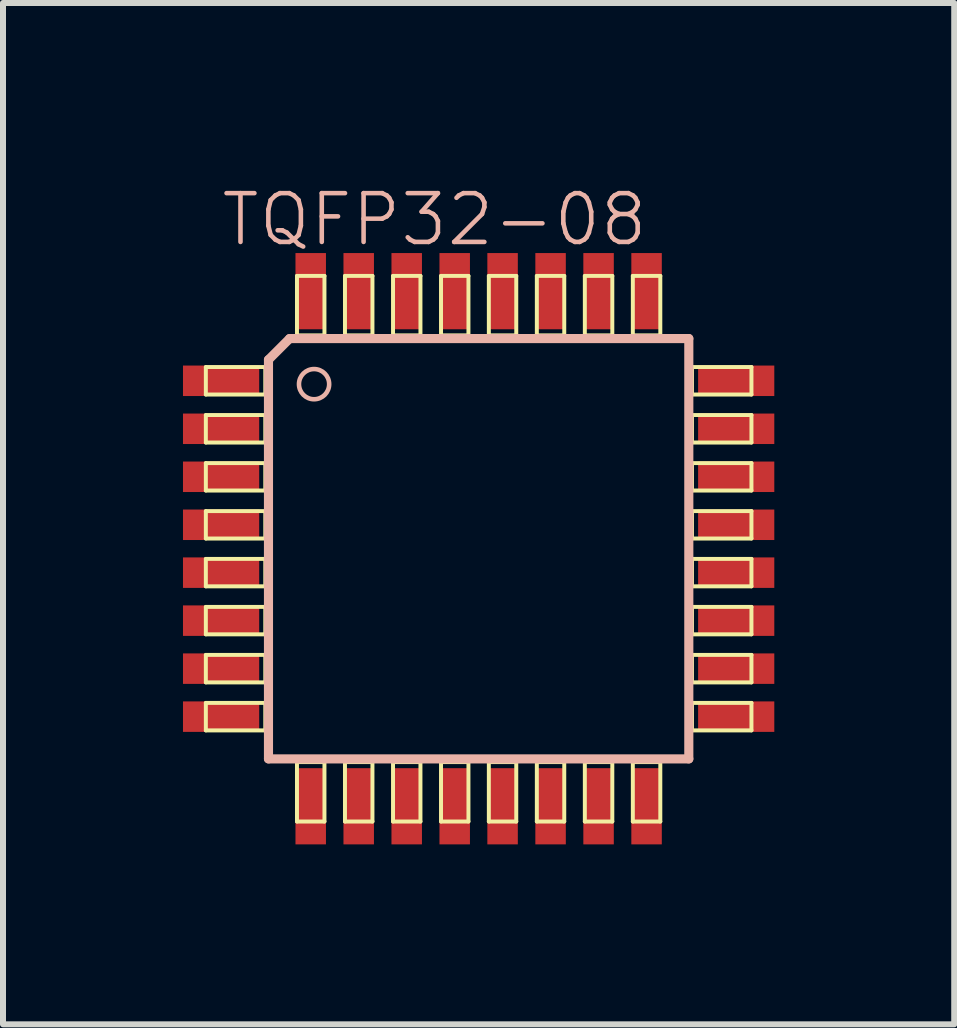
<source format=kicad_pcb>
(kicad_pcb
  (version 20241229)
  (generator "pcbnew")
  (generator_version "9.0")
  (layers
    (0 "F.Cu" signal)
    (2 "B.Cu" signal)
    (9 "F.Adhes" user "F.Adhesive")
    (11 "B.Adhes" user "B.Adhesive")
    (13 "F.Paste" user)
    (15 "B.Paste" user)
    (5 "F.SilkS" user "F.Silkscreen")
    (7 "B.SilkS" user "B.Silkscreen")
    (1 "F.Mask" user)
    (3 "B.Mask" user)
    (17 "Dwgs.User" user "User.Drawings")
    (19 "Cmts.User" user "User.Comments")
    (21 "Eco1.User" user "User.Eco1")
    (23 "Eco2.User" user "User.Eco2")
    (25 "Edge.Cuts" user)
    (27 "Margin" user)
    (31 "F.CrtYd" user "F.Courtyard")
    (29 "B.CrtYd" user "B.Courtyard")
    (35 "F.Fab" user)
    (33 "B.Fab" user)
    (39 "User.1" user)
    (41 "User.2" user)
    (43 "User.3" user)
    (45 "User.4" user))
  (footprint "TQFP32-08"
    (layer "F.Cu")
    (at 4.928 6.096)
    (property "Reference" "TQFP32-08" (at -0.737 -5.486 0) (layer "B.SilkS") (effects (font (size 0.813 0.813) (thickness 0.076))))
    (attr smd)
    (fp_line (start -4.547 -3.028) (end -3.556 -3.028) (stroke (width 0.066) (type solid)) (layer "F.SilkS"))
    (fp_line (start -4.547 -2.57) (end -4.547 -3.028) (stroke (width 0.066) (type solid)) (layer "F.SilkS"))
    (fp_line (start -4.547 -2.57) (end -3.556 -2.57) (stroke (width 0.066) (type solid)) (layer "F.SilkS"))
    (fp_line (start -4.547 -2.228) (end -3.556 -2.228) (stroke (width 0.066) (type solid)) (layer "F.SilkS"))
    (fp_line (start -4.547 -1.77) (end -4.547 -2.228) (stroke (width 0.066) (type solid)) (layer "F.SilkS"))
    (fp_line (start -4.547 -1.77) (end -3.556 -1.77) (stroke (width 0.066) (type solid)) (layer "F.SilkS"))
    (fp_line (start -4.547 -1.427) (end -3.556 -1.427) (stroke (width 0.066) (type solid)) (layer "F.SilkS"))
    (fp_line (start -4.547 -0.97) (end -4.547 -1.427) (stroke (width 0.066) (type solid)) (layer "F.SilkS"))
    (fp_line (start -4.547 -0.97) (end -3.556 -0.97) (stroke (width 0.066) (type solid)) (layer "F.SilkS"))
    (fp_line (start -4.547 -0.627) (end -3.556 -0.627) (stroke (width 0.066) (type solid)) (layer "F.SilkS"))
    (fp_line (start -4.547 -0.17) (end -4.547 -0.627) (stroke (width 0.066) (type solid)) (layer "F.SilkS"))
    (fp_line (start -4.547 -0.17) (end -3.556 -0.17) (stroke (width 0.066) (type solid)) (layer "F.SilkS"))
    (fp_line (start -4.547 0.17) (end -3.556 0.17) (stroke (width 0.066) (type solid)) (layer "F.SilkS"))
    (fp_line (start -4.547 0.627) (end -4.547 0.17) (stroke (width 0.066) (type solid)) (layer "F.SilkS"))
    (fp_line (start -4.547 0.627) (end -3.556 0.627) (stroke (width 0.066) (type solid)) (layer "F.SilkS"))
    (fp_line (start -4.547 0.97) (end -3.556 0.97) (stroke (width 0.066) (type solid)) (layer "F.SilkS"))
    (fp_line (start -4.547 1.427) (end -4.547 0.97) (stroke (width 0.066) (type solid)) (layer "F.SilkS"))
    (fp_line (start -4.547 1.427) (end -3.556 1.427) (stroke (width 0.066) (type solid)) (layer "F.SilkS"))
    (fp_line (start -4.547 1.77) (end -3.556 1.77) (stroke (width 0.066) (type solid)) (layer "F.SilkS"))
    (fp_line (start -4.547 2.228) (end -4.547 1.77) (stroke (width 0.066) (type solid)) (layer "F.SilkS"))
    (fp_line (start -4.547 2.228) (end -3.556 2.228) (stroke (width 0.066) (type solid)) (layer "F.SilkS"))
    (fp_line (start -4.547 2.57) (end -3.556 2.57) (stroke (width 0.066) (type solid)) (layer "F.SilkS"))
    (fp_line (start -4.547 3.028) (end -4.547 2.57) (stroke (width 0.066) (type solid)) (layer "F.SilkS"))
    (fp_line (start -4.547 3.028) (end -3.556 3.028) (stroke (width 0.066) (type solid)) (layer "F.SilkS"))
    (fp_line (start -3.556 -2.57) (end -3.556 -3.028) (stroke (width 0.066) (type solid)) (layer "F.SilkS"))
    (fp_line (start -3.556 -1.77) (end -3.556 -2.228) (stroke (width 0.066) (type solid)) (layer "F.SilkS"))
    (fp_line (start -3.556 -0.97) (end -3.556 -1.427) (stroke (width 0.066) (type solid)) (layer "F.SilkS"))
    (fp_line (start -3.556 -0.17) (end -3.556 -0.627) (stroke (width 0.066) (type solid)) (layer "F.SilkS"))
    (fp_line (start -3.556 0.627) (end -3.556 0.17) (stroke (width 0.066) (type solid)) (layer "F.SilkS"))
    (fp_line (start -3.556 1.427) (end -3.556 0.97) (stroke (width 0.066) (type solid)) (layer "F.SilkS"))
    (fp_line (start -3.556 2.228) (end -3.556 1.77) (stroke (width 0.066) (type solid)) (layer "F.SilkS"))
    (fp_line (start -3.556 3.028) (end -3.556 2.57) (stroke (width 0.066) (type solid)) (layer "F.SilkS"))
    (fp_line (start -3.028 -4.547) (end -2.57 -4.547) (stroke (width 0.066) (type solid)) (layer "F.SilkS"))
    (fp_line (start -3.028 -3.556) (end -3.028 -4.547) (stroke (width 0.066) (type solid)) (layer "F.SilkS"))
    (fp_line (start -3.028 -3.556) (end -2.57 -3.556) (stroke (width 0.066) (type solid)) (layer "F.SilkS"))
    (fp_line (start -3.028 3.556) (end -2.57 3.556) (stroke (width 0.066) (type solid)) (layer "F.SilkS"))
    (fp_line (start -3.028 4.547) (end -3.028 3.556) (stroke (width 0.066) (type solid)) (layer "F.SilkS"))
    (fp_line (start -3.028 4.547) (end -2.57 4.547) (stroke (width 0.066) (type solid)) (layer "F.SilkS"))
    (fp_line (start -2.57 -3.556) (end -2.57 -4.547) (stroke (width 0.066) (type solid)) (layer "F.SilkS"))
    (fp_line (start -2.57 4.547) (end -2.57 3.556) (stroke (width 0.066) (type solid)) (layer "F.SilkS"))
    (fp_line (start -2.228 -4.547) (end -1.77 -4.547) (stroke (width 0.066) (type solid)) (layer "F.SilkS"))
    (fp_line (start -2.228 -3.556) (end -2.228 -4.547) (stroke (width 0.066) (type solid)) (layer "F.SilkS"))
    (fp_line (start -2.228 -3.556) (end -1.77 -3.556) (stroke (width 0.066) (type solid)) (layer "F.SilkS"))
    (fp_line (start -2.228 3.556) (end -1.77 3.556) (stroke (width 0.066) (type solid)) (layer "F.SilkS"))
    (fp_line (start -2.228 4.547) (end -2.228 3.556) (stroke (width 0.066) (type solid)) (layer "F.SilkS"))
    (fp_line (start -2.228 4.547) (end -1.77 4.547) (stroke (width 0.066) (type solid)) (layer "F.SilkS"))
    (fp_line (start -1.77 -3.556) (end -1.77 -4.547) (stroke (width 0.066) (type solid)) (layer "F.SilkS"))
    (fp_line (start -1.77 4.547) (end -1.77 3.556) (stroke (width 0.066) (type solid)) (layer "F.SilkS"))
    (fp_line (start -1.427 -4.547) (end -0.97 -4.547) (stroke (width 0.066) (type solid)) (layer "F.SilkS"))
    (fp_line (start -1.427 -3.556) (end -1.427 -4.547) (stroke (width 0.066) (type solid)) (layer "F.SilkS"))
    (fp_line (start -1.427 -3.556) (end -0.97 -3.556) (stroke (width 0.066) (type solid)) (layer "F.SilkS"))
    (fp_line (start -1.427 3.556) (end -0.97 3.556) (stroke (width 0.066) (type solid)) (layer "F.SilkS"))
    (fp_line (start -1.427 4.547) (end -1.427 3.556) (stroke (width 0.066) (type solid)) (layer "F.SilkS"))
    (fp_line (start -1.427 4.547) (end -0.97 4.547) (stroke (width 0.066) (type solid)) (layer "F.SilkS"))
    (fp_line (start -0.97 -3.556) (end -0.97 -4.547) (stroke (width 0.066) (type solid)) (layer "F.SilkS"))
    (fp_line (start -0.97 4.547) (end -0.97 3.556) (stroke (width 0.066) (type solid)) (layer "F.SilkS"))
    (fp_line (start -0.627 -4.547) (end -0.17 -4.547) (stroke (width 0.066) (type solid)) (layer "F.SilkS"))
    (fp_line (start -0.627 -3.556) (end -0.627 -4.547) (stroke (width 0.066) (type solid)) (layer "F.SilkS"))
    (fp_line (start -0.627 -3.556) (end -0.17 -3.556) (stroke (width 0.066) (type solid)) (layer "F.SilkS"))
    (fp_line (start -0.627 3.556) (end -0.17 3.556) (stroke (width 0.066) (type solid)) (layer "F.SilkS"))
    (fp_line (start -0.627 4.547) (end -0.627 3.556) (stroke (width 0.066) (type solid)) (layer "F.SilkS"))
    (fp_line (start -0.627 4.547) (end -0.17 4.547) (stroke (width 0.066) (type solid)) (layer "F.SilkS"))
    (fp_line (start -0.17 -3.556) (end -0.17 -4.547) (stroke (width 0.066) (type solid)) (layer "F.SilkS"))
    (fp_line (start -0.17 4.547) (end -0.17 3.556) (stroke (width 0.066) (type solid)) (layer "F.SilkS"))
    (fp_line (start 0.17 -4.547) (end 0.627 -4.547) (stroke (width 0.066) (type solid)) (layer "F.SilkS"))
    (fp_line (start 0.17 -3.556) (end 0.17 -4.547) (stroke (width 0.066) (type solid)) (layer "F.SilkS"))
    (fp_line (start 0.17 -3.556) (end 0.627 -3.556) (stroke (width 0.066) (type solid)) (layer "F.SilkS"))
    (fp_line (start 0.17 3.556) (end 0.627 3.556) (stroke (width 0.066) (type solid)) (layer "F.SilkS"))
    (fp_line (start 0.17 4.547) (end 0.17 3.556) (stroke (width 0.066) (type solid)) (layer "F.SilkS"))
    (fp_line (start 0.17 4.547) (end 0.627 4.547) (stroke (width 0.066) (type solid)) (layer "F.SilkS"))
    (fp_line (start 0.627 -3.556) (end 0.627 -4.547) (stroke (width 0.066) (type solid)) (layer "F.SilkS"))
    (fp_line (start 0.627 4.547) (end 0.627 3.556) (stroke (width 0.066) (type solid)) (layer "F.SilkS"))
    (fp_line (start 0.97 -4.547) (end 1.427 -4.547) (stroke (width 0.066) (type solid)) (layer "F.SilkS"))
    (fp_line (start 0.97 -3.556) (end 0.97 -4.547) (stroke (width 0.066) (type solid)) (layer "F.SilkS"))
    (fp_line (start 0.97 -3.556) (end 1.427 -3.556) (stroke (width 0.066) (type solid)) (layer "F.SilkS"))
    (fp_line (start 0.97 3.556) (end 1.427 3.556) (stroke (width 0.066) (type solid)) (layer "F.SilkS"))
    (fp_line (start 0.97 4.547) (end 0.97 3.556) (stroke (width 0.066) (type solid)) (layer "F.SilkS"))
    (fp_line (start 0.97 4.547) (end 1.427 4.547) (stroke (width 0.066) (type solid)) (layer "F.SilkS"))
    (fp_line (start 1.427 -3.556) (end 1.427 -4.547) (stroke (width 0.066) (type solid)) (layer "F.SilkS"))
    (fp_line (start 1.427 4.547) (end 1.427 3.556) (stroke (width 0.066) (type solid)) (layer "F.SilkS"))
    (fp_line (start 1.77 -4.547) (end 2.228 -4.547) (stroke (width 0.066) (type solid)) (layer "F.SilkS"))
    (fp_line (start 1.77 -3.556) (end 1.77 -4.547) (stroke (width 0.066) (type solid)) (layer "F.SilkS"))
    (fp_line (start 1.77 -3.556) (end 2.228 -3.556) (stroke (width 0.066) (type solid)) (layer "F.SilkS"))
    (fp_line (start 1.77 3.556) (end 2.228 3.556) (stroke (width 0.066) (type solid)) (layer "F.SilkS"))
    (fp_line (start 1.77 4.547) (end 1.77 3.556) (stroke (width 0.066) (type solid)) (layer "F.SilkS"))
    (fp_line (start 1.77 4.547) (end 2.228 4.547) (stroke (width 0.066) (type solid)) (layer "F.SilkS"))
    (fp_line (start 2.228 -3.556) (end 2.228 -4.547) (stroke (width 0.066) (type solid)) (layer "F.SilkS"))
    (fp_line (start 2.228 4.547) (end 2.228 3.556) (stroke (width 0.066) (type solid)) (layer "F.SilkS"))
    (fp_line (start 2.57 -4.547) (end 3.028 -4.547) (stroke (width 0.066) (type solid)) (layer "F.SilkS"))
    (fp_line (start 2.57 -3.556) (end 2.57 -4.547) (stroke (width 0.066) (type solid)) (layer "F.SilkS"))
    (fp_line (start 2.57 -3.556) (end 3.028 -3.556) (stroke (width 0.066) (type solid)) (layer "F.SilkS"))
    (fp_line (start 2.57 3.556) (end 3.028 3.556) (stroke (width 0.066) (type solid)) (layer "F.SilkS"))
    (fp_line (start 2.57 4.547) (end 2.57 3.556) (stroke (width 0.066) (type solid)) (layer "F.SilkS"))
    (fp_line (start 2.57 4.547) (end 3.028 4.547) (stroke (width 0.066) (type solid)) (layer "F.SilkS"))
    (fp_line (start 3.028 -3.556) (end 3.028 -4.547) (stroke (width 0.066) (type solid)) (layer "F.SilkS"))
    (fp_line (start 3.028 4.547) (end 3.028 3.556) (stroke (width 0.066) (type solid)) (layer "F.SilkS"))
    (fp_line (start 3.556 -3.028) (end 4.547 -3.028) (stroke (width 0.066) (type solid)) (layer "F.SilkS"))
    (fp_line (start 3.556 -2.57) (end 3.556 -3.028) (stroke (width 0.066) (type solid)) (layer "F.SilkS"))
    (fp_line (start 3.556 -2.57) (end 4.547 -2.57) (stroke (width 0.066) (type solid)) (layer "F.SilkS"))
    (fp_line (start 3.556 -2.228) (end 4.547 -2.228) (stroke (width 0.066) (type solid)) (layer "F.SilkS"))
    (fp_line (start 3.556 -1.77) (end 3.556 -2.228) (stroke (width 0.066) (type solid)) (layer "F.SilkS"))
    (fp_line (start 3.556 -1.77) (end 4.547 -1.77) (stroke (width 0.066) (type solid)) (layer "F.SilkS"))
    (fp_line (start 3.556 -1.427) (end 4.547 -1.427) (stroke (width 0.066) (type solid)) (layer "F.SilkS"))
    (fp_line (start 3.556 -0.97) (end 3.556 -1.427) (stroke (width 0.066) (type solid)) (layer "F.SilkS"))
    (fp_line (start 3.556 -0.97) (end 4.547 -0.97) (stroke (width 0.066) (type solid)) (layer "F.SilkS"))
    (fp_line (start 3.556 -0.627) (end 4.547 -0.627) (stroke (width 0.066) (type solid)) (layer "F.SilkS"))
    (fp_line (start 3.556 -0.17) (end 3.556 -0.627) (stroke (width 0.066) (type solid)) (layer "F.SilkS"))
    (fp_line (start 3.556 -0.17) (end 4.547 -0.17) (stroke (width 0.066) (type solid)) (layer "F.SilkS"))
    (fp_line (start 3.556 0.17) (end 4.547 0.17) (stroke (width 0.066) (type solid)) (layer "F.SilkS"))
    (fp_line (start 3.556 0.627) (end 3.556 0.17) (stroke (width 0.066) (type solid)) (layer "F.SilkS"))
    (fp_line (start 3.556 0.627) (end 4.547 0.627) (stroke (width 0.066) (type solid)) (layer "F.SilkS"))
    (fp_line (start 3.556 0.97) (end 4.547 0.97) (stroke (width 0.066) (type solid)) (layer "F.SilkS"))
    (fp_line (start 3.556 1.427) (end 3.556 0.97) (stroke (width 0.066) (type solid)) (layer "F.SilkS"))
    (fp_line (start 3.556 1.427) (end 4.547 1.427) (stroke (width 0.066) (type solid)) (layer "F.SilkS"))
    (fp_line (start 3.556 1.77) (end 4.547 1.77) (stroke (width 0.066) (type solid)) (layer "F.SilkS"))
    (fp_line (start 3.556 2.228) (end 3.556 1.77) (stroke (width 0.066) (type solid)) (layer "F.SilkS"))
    (fp_line (start 3.556 2.228) (end 4.547 2.228) (stroke (width 0.066) (type solid)) (layer "F.SilkS"))
    (fp_line (start 3.556 2.57) (end 4.547 2.57) (stroke (width 0.066) (type solid)) (layer "F.SilkS"))
    (fp_line (start 3.556 3.028) (end 3.556 2.57) (stroke (width 0.066) (type solid)) (layer "F.SilkS"))
    (fp_line (start 3.556 3.028) (end 4.547 3.028) (stroke (width 0.066) (type solid)) (layer "F.SilkS"))
    (fp_line (start 4.547 -2.57) (end 4.547 -3.028) (stroke (width 0.066) (type solid)) (layer "F.SilkS"))
    (fp_line (start 4.547 -1.77) (end 4.547 -2.228) (stroke (width 0.066) (type solid)) (layer "F.SilkS"))
    (fp_line (start 4.547 -0.97) (end 4.547 -1.427) (stroke (width 0.066) (type solid)) (layer "F.SilkS"))
    (fp_line (start 4.547 -0.17) (end 4.547 -0.627) (stroke (width 0.066) (type solid)) (layer "F.SilkS"))
    (fp_line (start 4.547 0.627) (end 4.547 0.17) (stroke (width 0.066) (type solid)) (layer "F.SilkS"))
    (fp_line (start 4.547 1.427) (end 4.547 0.97) (stroke (width 0.066) (type solid)) (layer "F.SilkS"))
    (fp_line (start 4.547 2.228) (end 4.547 1.77) (stroke (width 0.066) (type solid)) (layer "F.SilkS"))
    (fp_line (start 4.547 3.028) (end 4.547 2.57) (stroke (width 0.066) (type solid)) (layer "F.SilkS"))
    (fp_line (start -3.503 3.503) (end -3.503 -3.15) (stroke (width 0.152) (type solid)) (layer "B.SilkS"))
    (fp_line (start -3.15 -3.503) (end -3.503 -3.15) (stroke (width 0.152) (type solid)) (layer "B.SilkS"))
    (fp_line (start -3.15 -3.503) (end 3.503 -3.503) (stroke (width 0.152) (type solid)) (layer "B.SilkS"))
    (fp_line (start 3.503 -3.503) (end 3.503 3.503) (stroke (width 0.152) (type solid)) (layer "B.SilkS"))
    (fp_line (start 3.503 3.503) (end -3.503 3.503) (stroke (width 0.152) (type solid)) (layer "B.SilkS"))
    (fp_circle (center -2.743 -2.743) (end -2.921 -2.921) (stroke (width 0.076) (type solid)) (fill no) (layer "B.SilkS"))
    (pad "1" smd rect (at -4.293 -2.799) (size 1.27 0.508) (layers "F.Cu" "F.Mask" "F.Paste"))
    (pad "2" smd rect (at -4.293 -1.999) (size 1.27 0.508) (layers "F.Cu" "F.Mask" "F.Paste"))
    (pad "3" smd rect (at -4.293 -1.199) (size 1.27 0.508) (layers "F.Cu" "F.Mask" "F.Paste"))
    (pad "4" smd rect (at -4.293 -0.399) (size 1.27 0.508) (layers "F.Cu" "F.Mask" "F.Paste"))
    (pad "5" smd rect (at -4.293 0.399) (size 1.27 0.508) (layers "F.Cu" "F.Mask" "F.Paste"))
    (pad "6" smd rect (at -4.293 1.199) (size 1.27 0.508) (layers "F.Cu" "F.Mask" "F.Paste"))
    (pad "7" smd rect (at -4.293 1.999) (size 1.27 0.508) (layers "F.Cu" "F.Mask" "F.Paste"))
    (pad "8" smd rect (at -4.293 2.799) (size 1.27 0.508) (layers "F.Cu" "F.Mask" "F.Paste"))
    (pad "9" smd rect (at -2.799 4.293) (size 0.508 1.27) (layers "F.Cu" "F.Mask" "F.Paste"))
    (pad "10" smd rect (at -1.999 4.293) (size 0.508 1.27) (layers "F.Cu" "F.Mask" "F.Paste"))
    (pad "11" smd rect (at -1.199 4.293) (size 0.508 1.27) (layers "F.Cu" "F.Mask" "F.Paste"))
    (pad "12" smd rect (at -0.399 4.293) (size 0.508 1.27) (layers "F.Cu" "F.Mask" "F.Paste"))
    (pad "13" smd rect (at 0.399 4.293) (size 0.508 1.27) (layers "F.Cu" "F.Mask" "F.Paste"))
    (pad "14" smd rect (at 1.199 4.293) (size 0.508 1.27) (layers "F.Cu" "F.Mask" "F.Paste"))
    (pad "15" smd rect (at 1.999 4.293) (size 0.508 1.27) (layers "F.Cu" "F.Mask" "F.Paste"))
    (pad "16" smd rect (at 2.799 4.293) (size 0.508 1.27) (layers "F.Cu" "F.Mask" "F.Paste"))
    (pad "17" smd rect (at 4.293 2.799) (size 1.27 0.508) (layers "F.Cu" "F.Mask" "F.Paste"))
    (pad "18" smd rect (at 4.293 1.999) (size 1.27 0.508) (layers "F.Cu" "F.Mask" "F.Paste"))
    (pad "19" smd rect (at 4.293 1.199) (size 1.27 0.508) (layers "F.Cu" "F.Mask" "F.Paste"))
    (pad "20" smd rect (at 4.293 0.399) (size 1.27 0.508) (layers "F.Cu" "F.Mask" "F.Paste"))
    (pad "21" smd rect (at 4.293 -0.399) (size 1.27 0.508) (layers "F.Cu" "F.Mask" "F.Paste"))
    (pad "22" smd rect (at 4.293 -1.199) (size 1.27 0.508) (layers "F.Cu" "F.Mask" "F.Paste"))
    (pad "23" smd rect (at 4.293 -1.999) (size 1.27 0.508) (layers "F.Cu" "F.Mask" "F.Paste"))
    (pad "24" smd rect (at 4.293 -2.799) (size 1.27 0.508) (layers "F.Cu" "F.Mask" "F.Paste"))
    (pad "25" smd rect (at 2.799 -4.293) (size 0.508 1.27) (layers "F.Cu" "F.Mask" "F.Paste"))
    (pad "26" smd rect (at 1.999 -4.293) (size 0.508 1.27) (layers "F.Cu" "F.Mask" "F.Paste"))
    (pad "27" smd rect (at 1.199 -4.293) (size 0.508 1.27) (layers "F.Cu" "F.Mask" "F.Paste"))
    (pad "28" smd rect (at 0.399 -4.293) (size 0.508 1.27) (layers "F.Cu" "F.Mask" "F.Paste"))
    (pad "29" smd rect (at -0.399 -4.293) (size 0.508 1.27) (layers "F.Cu" "F.Mask" "F.Paste"))
    (pad "30" smd rect (at -1.199 -4.293) (size 0.508 1.27) (layers "F.Cu" "F.Mask" "F.Paste"))
    (pad "31" smd rect (at -1.999 -4.293) (size 0.508 1.27) (layers "F.Cu" "F.Mask" "F.Paste"))
    (pad "32" smd rect (at -2.799 -4.293) (size 0.508 1.27) (layers "F.Cu" "F.Mask" "F.Paste")))
  (gr_rect
    (start -3 -3)
    (end 12.855 14.023)
    (stroke (width 0.1) (type default))
    (fill no)
    (layer "Edge.Cuts")))
</source>
